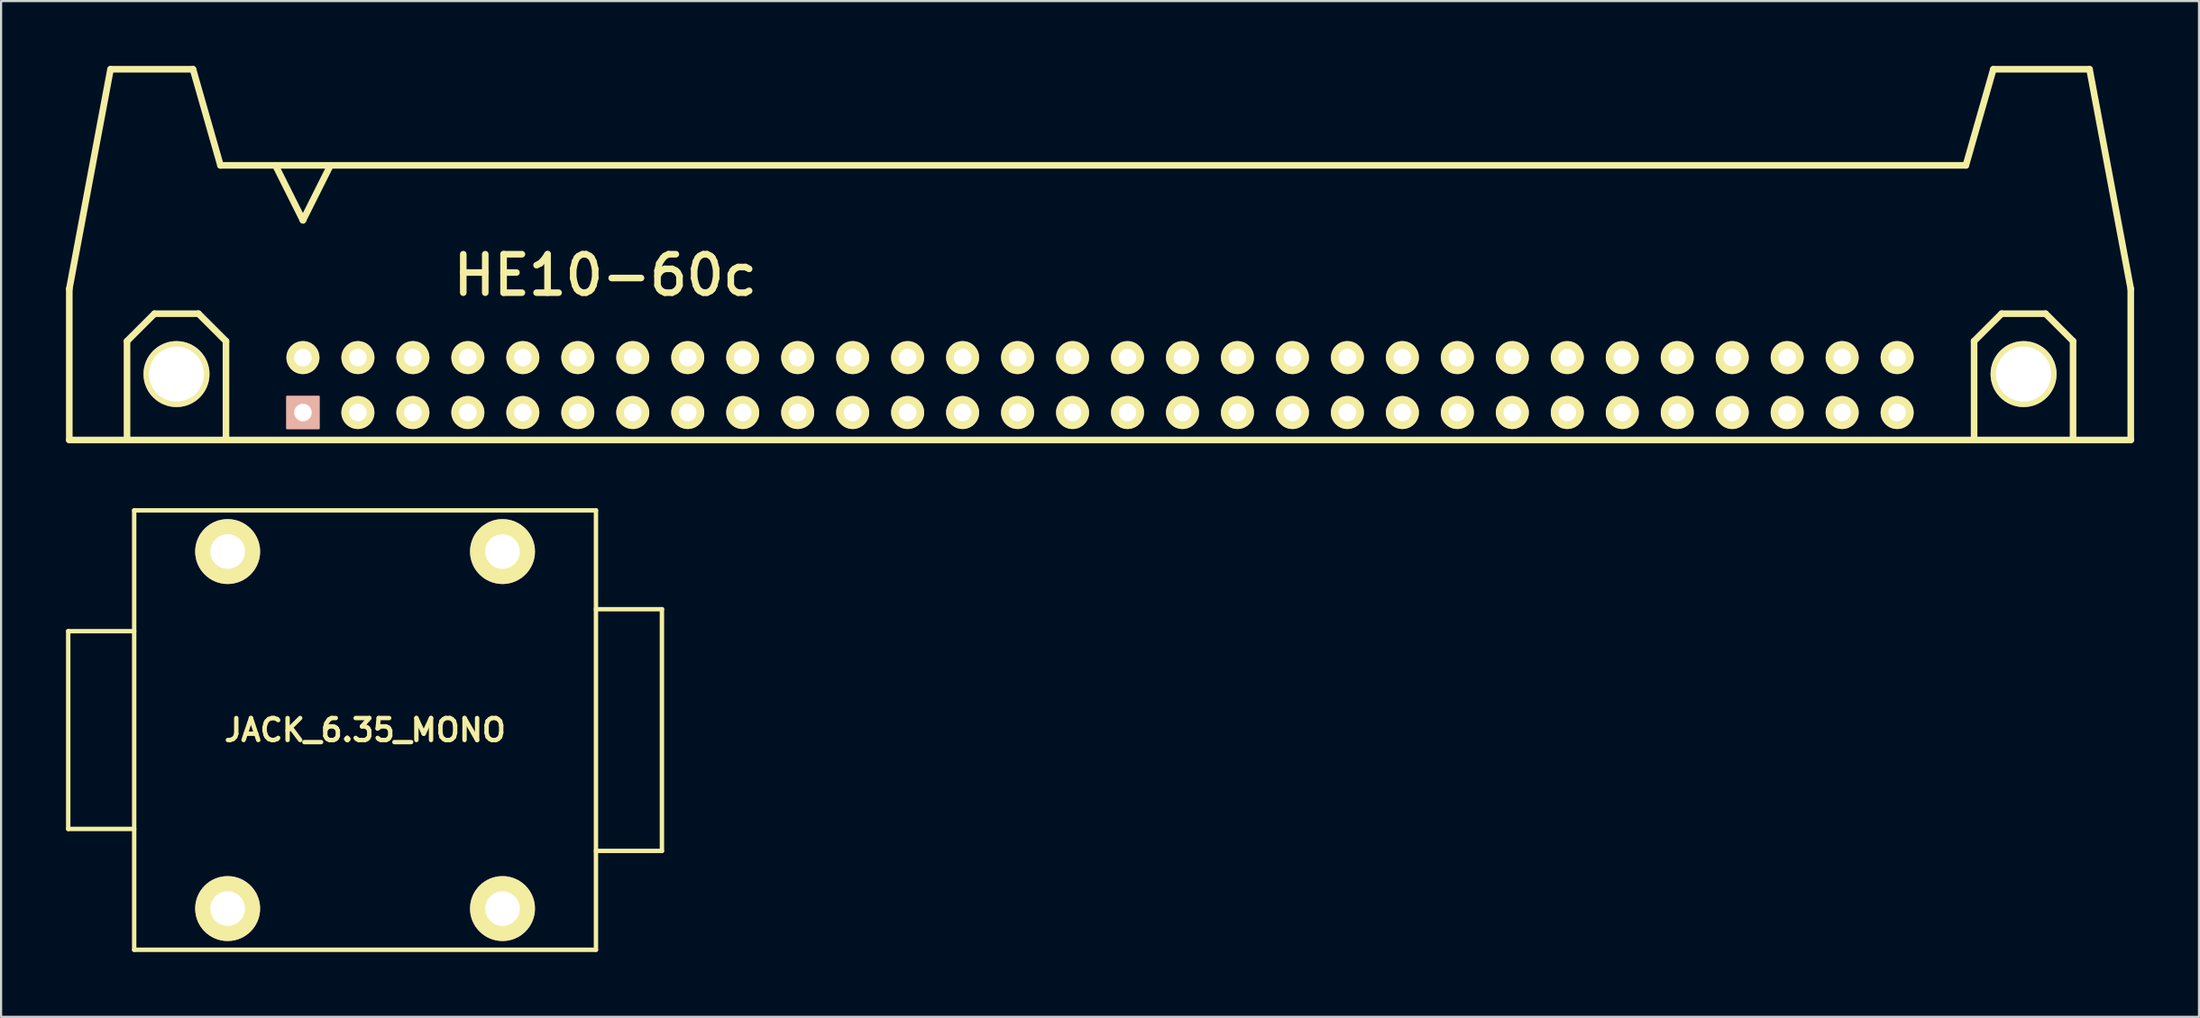
<source format=kicad_pcb>
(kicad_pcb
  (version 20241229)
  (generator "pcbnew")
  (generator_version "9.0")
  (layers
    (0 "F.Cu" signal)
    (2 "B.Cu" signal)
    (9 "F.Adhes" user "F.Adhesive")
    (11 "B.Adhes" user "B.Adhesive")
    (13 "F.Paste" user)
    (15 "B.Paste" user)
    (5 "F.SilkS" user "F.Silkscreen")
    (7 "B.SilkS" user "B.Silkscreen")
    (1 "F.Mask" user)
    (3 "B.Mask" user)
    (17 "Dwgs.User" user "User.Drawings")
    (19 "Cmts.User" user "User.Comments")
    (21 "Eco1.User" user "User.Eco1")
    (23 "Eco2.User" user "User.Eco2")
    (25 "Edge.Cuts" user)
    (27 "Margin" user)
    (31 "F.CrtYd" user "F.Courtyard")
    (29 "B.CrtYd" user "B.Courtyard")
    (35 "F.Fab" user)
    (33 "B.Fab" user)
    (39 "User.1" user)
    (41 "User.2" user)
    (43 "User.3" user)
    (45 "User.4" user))
  (footprint "JACK_6.35_MONO"
    (layer "F.Cu")
    (at 13.818 30.711)
    (property "Reference" "JACK_6.35_MONO" (at 0 0 0) (layer "F.SilkS") (effects (font (size 1.016 1.016) (thickness 0.203))))
    (attr through_hole)
    (fp_line (start -13.716 -4.572) (end -13.716 4.572) (stroke (width 0.203) (type solid)) (layer "F.SilkS"))
    (fp_line (start -13.716 4.572) (end -10.668 4.572) (stroke (width 0.203) (type solid)) (layer "F.SilkS"))
    (fp_line (start -10.668 -10.16) (end 10.668 -10.16) (stroke (width 0.203) (type solid)) (layer "F.SilkS"))
    (fp_line (start -10.668 -4.572) (end -13.716 -4.572) (stroke (width 0.203) (type solid)) (layer "F.SilkS"))
    (fp_line (start -10.668 10.16) (end -10.668 -10.16) (stroke (width 0.203) (type solid)) (layer "F.SilkS"))
    (fp_line (start 10.668 -10.16) (end 10.668 10.16) (stroke (width 0.203) (type solid)) (layer "F.SilkS"))
    (fp_line (start 10.668 -5.588) (end 13.716 -5.588) (stroke (width 0.203) (type solid)) (layer "F.SilkS"))
    (fp_line (start 10.668 10.16) (end -10.668 10.16) (stroke (width 0.203) (type solid)) (layer "F.SilkS"))
    (fp_line (start 13.716 -5.588) (end 13.716 5.588) (stroke (width 0.203) (type solid)) (layer "F.SilkS"))
    (fp_line (start 13.716 5.588) (end 10.668 5.588) (stroke (width 0.203) (type solid)) (layer "F.SilkS"))
    (pad "S" thru_hole circle (at 6.35 -8.255) (size 3 3) (drill 1.6) (layers "*.Cu" "*.Mask" "F.SilkS"))
    (pad "SN" thru_hole circle (at 6.35 8.255) (size 3 3) (drill 1.6) (layers "*.Cu" "*.Mask" "F.SilkS"))
    (pad "T" thru_hole circle (at -6.35 -8.255) (size 3 3) (drill 1.6) (layers "*.Cu" "*.Mask" "F.SilkS"))
    (pad "TN" thru_hole circle (at -6.35 8.255) (size 3 3) (drill 1.6) (layers "*.Cu" "*.Mask" "F.SilkS")))
  (footprint "HE10-60c"
    (layer "F.Cu")
    (at 47.777 14.757)
    (property "Reference" "HE10-60c" (at -22.86 -5.08 0) (layer "F.SilkS") (effects (font (size 1.778 1.778) (thickness 0.305))))
    (attr through_hole)
    (fp_line (start -47.625 -4.445) (end -47.625 2.54) (stroke (width 0.305) (type solid)) (layer "F.SilkS"))
    (fp_line (start -47.625 2.54) (end 47.625 2.54) (stroke (width 0.305) (type solid)) (layer "F.SilkS"))
    (fp_line (start -45.72 -14.605) (end -47.625 -4.445) (stroke (width 0.305) (type solid)) (layer "F.SilkS"))
    (fp_line (start -45.72 -14.605) (end -41.91 -14.605) (stroke (width 0.305) (type solid)) (layer "F.SilkS"))
    (fp_line (start -44.958 -2.032) (end -43.688 -3.302) (stroke (width 0.305) (type solid)) (layer "F.SilkS"))
    (fp_line (start -44.958 2.54) (end -44.958 -2.032) (stroke (width 0.305) (type solid)) (layer "F.SilkS"))
    (fp_line (start -43.688 -3.302) (end -41.656 -3.302) (stroke (width 0.305) (type solid)) (layer "F.SilkS"))
    (fp_line (start -41.91 -14.605) (end -40.64 -10.16) (stroke (width 0.305) (type solid)) (layer "F.SilkS"))
    (fp_line (start -41.656 -3.302) (end -40.386 -2.032) (stroke (width 0.305) (type solid)) (layer "F.SilkS"))
    (fp_line (start -40.64 -10.16) (end 40.005 -10.16) (stroke (width 0.305) (type solid)) (layer "F.SilkS"))
    (fp_line (start -40.386 -2.032) (end -40.386 2.54) (stroke (width 0.305) (type solid)) (layer "F.SilkS"))
    (fp_line (start -38.1 -10.16) (end -36.83 -7.62) (stroke (width 0.305) (type solid)) (layer "F.SilkS"))
    (fp_line (start -36.83 -7.62) (end -35.56 -10.16) (stroke (width 0.305) (type solid)) (layer "F.SilkS"))
    (fp_line (start 40.386 -2.032) (end 41.656 -3.302) (stroke (width 0.305) (type solid)) (layer "F.SilkS"))
    (fp_line (start 40.386 2.54) (end 40.386 -2.032) (stroke (width 0.305) (type solid)) (layer "F.SilkS"))
    (fp_line (start 41.275 -14.605) (end 40.005 -10.16) (stroke (width 0.305) (type solid)) (layer "F.SilkS"))
    (fp_line (start 41.656 -3.302) (end 43.688 -3.302) (stroke (width 0.305) (type solid)) (layer "F.SilkS"))
    (fp_line (start 43.688 -3.302) (end 44.958 -2.032) (stroke (width 0.305) (type solid)) (layer "F.SilkS"))
    (fp_line (start 44.958 -2.032) (end 44.958 2.54) (stroke (width 0.305) (type solid)) (layer "F.SilkS"))
    (fp_line (start 45.72 -14.605) (end 41.275 -14.605) (stroke (width 0.305) (type solid)) (layer "F.SilkS"))
    (fp_line (start 47.625 -4.445) (end 45.72 -14.605) (stroke (width 0.305) (type solid)) (layer "F.SilkS"))
    (fp_line (start 47.625 2.54) (end 47.625 -4.445) (stroke (width 0.305) (type solid)) (layer "F.SilkS"))
    (pad "0" thru_hole circle (at -42.672 -0.508) (size 3.048 3.048) (drill 2.54) (layers "*.Cu" "*.Mask" "F.SilkS"))
    (pad "0" thru_hole circle (at 42.672 -0.508) (size 3.048 3.048) (drill 2.54) (layers "*.Cu" "*.Mask" "F.SilkS"))
    (pad "1" thru_hole rect (at -36.83 1.27) (size 1.524 1.524) (drill 0.813) (layers "*.Cu" "*.SilkS" "*.Mask"))
    (pad "2" thru_hole circle (at -36.83 -1.27) (size 1.524 1.524) (drill 0.813) (layers "*.Cu" "*.Mask" "F.SilkS"))
    (pad "3" thru_hole circle (at -34.29 1.27) (size 1.524 1.524) (drill 0.813) (layers "*.Cu" "*.Mask" "F.SilkS"))
    (pad "4" thru_hole circle (at -34.29 -1.27) (size 1.524 1.524) (drill 0.813) (layers "*.Cu" "*.Mask" "F.SilkS"))
    (pad "5" thru_hole circle (at -31.75 1.27) (size 1.524 1.524) (drill 0.813) (layers "*.Cu" "*.Mask" "F.SilkS"))
    (pad "6" thru_hole circle (at -31.75 -1.27) (size 1.524 1.524) (drill 0.813) (layers "*.Cu" "*.Mask" "F.SilkS"))
    (pad "7" thru_hole circle (at -29.21 1.27) (size 1.524 1.524) (drill 0.813) (layers "*.Cu" "*.Mask" "F.SilkS"))
    (pad "8" thru_hole circle (at -29.21 -1.27) (size 1.524 1.524) (drill 0.813) (layers "*.Cu" "*.Mask" "F.SilkS"))
    (pad "9" thru_hole circle (at -26.67 1.27) (size 1.524 1.524) (drill 0.813) (layers "*.Cu" "*.Mask" "F.SilkS"))
    (pad "10" thru_hole circle (at -26.67 -1.27) (size 1.524 1.524) (drill 0.813) (layers "*.Cu" "*.Mask" "F.SilkS"))
    (pad "11" thru_hole circle (at -24.13 1.27) (size 1.524 1.524) (drill 0.813) (layers "*.Cu" "*.Mask" "F.SilkS"))
    (pad "12" thru_hole circle (at -24.13 -1.27) (size 1.524 1.524) (drill 0.813) (layers "*.Cu" "*.Mask" "F.SilkS"))
    (pad "13" thru_hole circle (at -21.59 1.27) (size 1.524 1.524) (drill 0.813) (layers "*.Cu" "*.Mask" "F.SilkS"))
    (pad "14" thru_hole circle (at -21.59 -1.27) (size 1.524 1.524) (drill 0.813) (layers "*.Cu" "*.Mask" "F.SilkS"))
    (pad "15" thru_hole circle (at -19.05 1.27) (size 1.524 1.524) (drill 0.813) (layers "*.Cu" "*.Mask" "F.SilkS"))
    (pad "16" thru_hole circle (at -19.05 -1.27) (size 1.524 1.524) (drill 0.813) (layers "*.Cu" "*.Mask" "F.SilkS"))
    (pad "17" thru_hole circle (at -16.51 1.27) (size 1.524 1.524) (drill 0.813) (layers "*.Cu" "*.Mask" "F.SilkS"))
    (pad "18" thru_hole circle (at -16.51 -1.27) (size 1.524 1.524) (drill 0.813) (layers "*.Cu" "*.Mask" "F.SilkS"))
    (pad "19" thru_hole circle (at -13.97 1.27) (size 1.524 1.524) (drill 0.813) (layers "*.Cu" "*.Mask" "F.SilkS"))
    (pad "20" thru_hole circle (at -13.97 -1.27) (size 1.524 1.524) (drill 0.813) (layers "*.Cu" "*.Mask" "F.SilkS"))
    (pad "21" thru_hole circle (at -11.43 1.27) (size 1.524 1.524) (drill 0.813) (layers "*.Cu" "*.Mask" "F.SilkS"))
    (pad "22" thru_hole circle (at -11.43 -1.27) (size 1.524 1.524) (drill 0.813) (layers "*.Cu" "*.Mask" "F.SilkS"))
    (pad "23" thru_hole circle (at -8.89 1.27) (size 1.524 1.524) (drill 0.813) (layers "*.Cu" "*.Mask" "F.SilkS"))
    (pad "24" thru_hole circle (at -8.89 -1.27) (size 1.524 1.524) (drill 0.813) (layers "*.Cu" "*.Mask" "F.SilkS"))
    (pad "25" thru_hole circle (at -6.35 1.27) (size 1.524 1.524) (drill 0.813) (layers "*.Cu" "*.Mask" "F.SilkS"))
    (pad "26" thru_hole circle (at -6.35 -1.27) (size 1.524 1.524) (drill 0.813) (layers "*.Cu" "*.Mask" "F.SilkS"))
    (pad "27" thru_hole circle (at -3.81 1.27) (size 1.524 1.524) (drill 0.813) (layers "*.Cu" "*.Mask" "F.SilkS"))
    (pad "28" thru_hole circle (at -3.81 -1.27) (size 1.524 1.524) (drill 0.813) (layers "*.Cu" "*.Mask" "F.SilkS"))
    (pad "29" thru_hole circle (at -1.27 1.27) (size 1.524 1.524) (drill 0.813) (layers "*.Cu" "*.Mask" "F.SilkS"))
    (pad "30" thru_hole circle (at -1.27 -1.27) (size 1.524 1.524) (drill 0.813) (layers "*.Cu" "*.Mask" "F.SilkS"))
    (pad "31" thru_hole circle (at 1.27 1.27) (size 1.524 1.524) (drill 0.813) (layers "*.Cu" "*.Mask" "F.SilkS"))
    (pad "32" thru_hole circle (at 1.27 -1.27) (size 1.524 1.524) (drill 0.813) (layers "*.Cu" "*.Mask" "F.SilkS"))
    (pad "33" thru_hole circle (at 3.81 1.27) (size 1.524 1.524) (drill 0.813) (layers "*.Cu" "*.Mask" "F.SilkS"))
    (pad "34" thru_hole circle (at 3.81 -1.27) (size 1.524 1.524) (drill 0.813) (layers "*.Cu" "*.Mask" "F.SilkS"))
    (pad "35" thru_hole circle (at 6.35 1.27) (size 1.524 1.524) (drill 0.813) (layers "*.Cu" "*.Mask" "F.SilkS"))
    (pad "36" thru_hole circle (at 6.35 -1.27) (size 1.524 1.524) (drill 0.813) (layers "*.Cu" "*.Mask" "F.SilkS"))
    (pad "37" thru_hole circle (at 8.89 1.27) (size 1.524 1.524) (drill 0.813) (layers "*.Cu" "*.Mask" "F.SilkS"))
    (pad "38" thru_hole circle (at 8.89 -1.27) (size 1.524 1.524) (drill 0.813) (layers "*.Cu" "*.Mask" "F.SilkS"))
    (pad "39" thru_hole circle (at 11.43 1.27) (size 1.524 1.524) (drill 0.813) (layers "*.Cu" "*.Mask" "F.SilkS"))
    (pad "40" thru_hole circle (at 11.43 -1.27) (size 1.524 1.524) (drill 0.813) (layers "*.Cu" "*.Mask" "F.SilkS"))
    (pad "41" thru_hole circle (at 13.97 1.27) (size 1.524 1.524) (drill 0.813) (layers "*.Cu" "*.Mask" "F.SilkS"))
    (pad "42" thru_hole circle (at 13.97 -1.27) (size 1.524 1.524) (drill 0.813) (layers "*.Cu" "*.Mask" "F.SilkS"))
    (pad "43" thru_hole circle (at 16.51 1.27) (size 1.524 1.524) (drill 0.813) (layers "*.Cu" "*.Mask" "F.SilkS"))
    (pad "44" thru_hole circle (at 16.51 -1.27) (size 1.524 1.524) (drill 0.813) (layers "*.Cu" "*.Mask" "F.SilkS"))
    (pad "45" thru_hole circle (at 19.05 1.27) (size 1.524 1.524) (drill 0.813) (layers "*.Cu" "*.Mask" "F.SilkS"))
    (pad "46" thru_hole circle (at 19.05 -1.27) (size 1.524 1.524) (drill 0.813) (layers "*.Cu" "*.Mask" "F.SilkS"))
    (pad "47" thru_hole circle (at 21.59 1.27) (size 1.524 1.524) (drill 0.813) (layers "*.Cu" "*.Mask" "F.SilkS"))
    (pad "48" thru_hole circle (at 21.59 -1.27) (size 1.524 1.524) (drill 0.813) (layers "*.Cu" "*.Mask" "F.SilkS"))
    (pad "49" thru_hole circle (at 24.13 1.27) (size 1.524 1.524) (drill 0.813) (layers "*.Cu" "*.Mask" "F.SilkS"))
    (pad "50" thru_hole circle (at 24.13 -1.27) (size 1.524 1.524) (drill 0.813) (layers "*.Cu" "*.Mask" "F.SilkS"))
    (pad "51" thru_hole circle (at 26.67 1.27) (size 1.524 1.524) (drill 0.813) (layers "*.Cu" "*.Mask" "F.SilkS"))
    (pad "52" thru_hole circle (at 26.67 -1.27) (size 1.524 1.524) (drill 0.813) (layers "*.Cu" "*.Mask" "F.SilkS"))
    (pad "53" thru_hole circle (at 29.21 1.27) (size 1.524 1.524) (drill 0.813) (layers "*.Cu" "*.Mask" "F.SilkS"))
    (pad "54" thru_hole circle (at 29.21 -1.27) (size 1.524 1.524) (drill 0.813) (layers "*.Cu" "*.Mask" "F.SilkS"))
    (pad "55" thru_hole circle (at 31.75 1.27) (size 1.524 1.524) (drill 0.813) (layers "*.Cu" "*.Mask" "F.SilkS"))
    (pad "56" thru_hole circle (at 31.75 -1.27) (size 1.524 1.524) (drill 0.813) (layers "*.Cu" "*.Mask" "F.SilkS"))
    (pad "57" thru_hole circle (at 34.29 1.27) (size 1.524 1.524) (drill 0.813) (layers "*.Cu" "*.Mask" "F.SilkS"))
    (pad "58" thru_hole circle (at 34.29 -1.27) (size 1.524 1.524) (drill 0.813) (layers "*.Cu" "*.Mask" "F.SilkS"))
    (pad "59" thru_hole circle (at 36.83 1.27) (size 1.524 1.524) (drill 0.813) (layers "*.Cu" "*.Mask" "F.SilkS"))
    (pad "60" thru_hole circle (at 36.83 -1.27) (size 1.524 1.524) (drill 0.813) (layers "*.Cu" "*.Mask" "F.SilkS")))
  (gr_rect
    (start -3 -3)
    (end 98.555 43.973)
    (stroke (width 0.1) (type default))
    (fill no)
    (layer "Edge.Cuts")))
</source>
